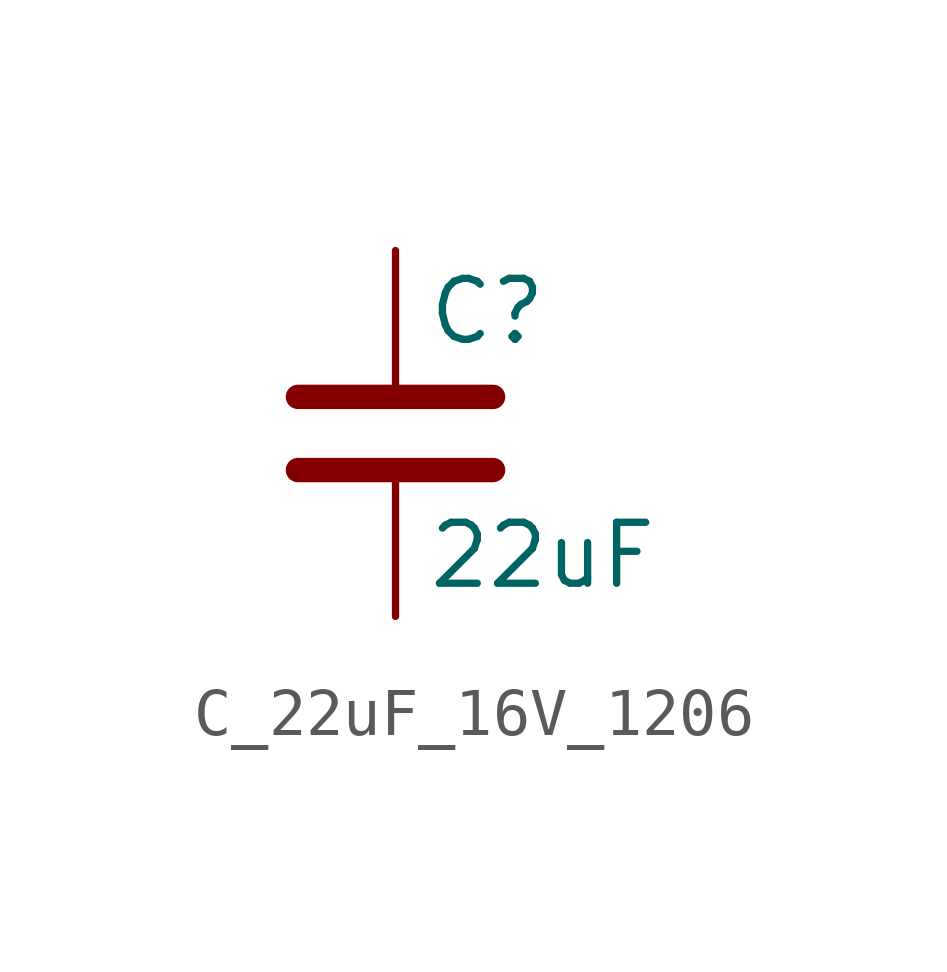
<source format=kicad_sym>
(kicad_symbol_lib
  (version 20231120)
  (generator "kicad_symbol_editor")
  (generator_version "8.0")
  (symbol "C_22uF_16V_1206"
    (pin_numbers hide)
    (pin_names
      (offset 0.254))
    (property "Reference" "C"
      (at 0.635 2.54 0)
      (effects (font (size 1.27 1.27)) (justify left)))
    (property "Value" "22uF"
      (at 0.635 -2.54 0)
      (effects (font (size 1.27 1.27)) (justify left)))
    (symbol "C_22uF_16V_1206_0_1"
      (polyline (pts (xy -2.032 -0.762) (xy 2.032 -0.762)) (stroke (width 0.508) (type default)) (fill (type none)))
      (polyline (pts (xy -2.032 0.762) (xy 2.032 0.762)) (stroke (width 0.508) (type default)) (fill (type none))))
    (symbol "C_22uF_16V_1206_1_1"
      (pin passive line (at 0 3.81 270) (length 2.794) (name "~" (effects (font (size 1.27 1.27)))) (number "1" (effects (font (size 1.27 1.27)))))
      (pin passive line (at 0 -3.81 90) (length 2.794) (name "~" (effects (font (size 1.27 1.27)))) (number "2" (effects (font (size 1.27 1.27))))))))
</source>
